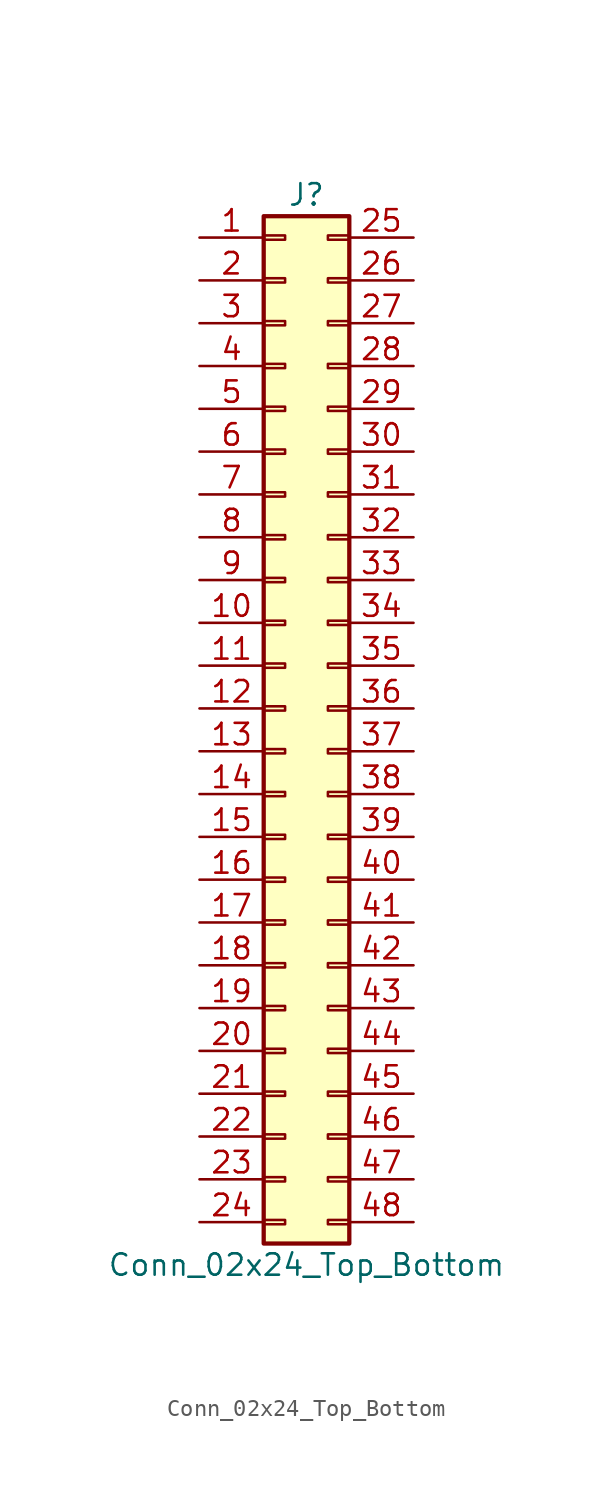
<source format=kicad_sym>
(kicad_symbol_lib
  (version 20201005)
  (generator kicad_symbol_editor)
  (symbol "Conn_02x24_Top_Bottom"
    (pin_names
      (offset 1.016) hide)
    (property "Reference" "J"
      (at 1.27 30.48 0)
      (effects (font (size 1.27 1.27))))
    (property "Value" "Conn_02x24_Top_Bottom"
      (at 1.27 -33.02 0)
      (effects (font (size 1.27 1.27))))
    (symbol "Conn_02x24_Top_Bottom_1_1"
      (rectangle (start -1.27 -30.353) (end 0 -30.607) (stroke (width 0.152)) (fill (type none)))
      (rectangle (start -1.27 -27.813) (end 0 -28.067) (stroke (width 0.152)) (fill (type none)))
      (rectangle (start -1.27 -25.273) (end 0 -25.527) (stroke (width 0.152)) (fill (type none)))
      (rectangle (start -1.27 -22.733) (end 0 -22.987) (stroke (width 0.152)) (fill (type none)))
      (rectangle (start -1.27 -20.193) (end 0 -20.447) (stroke (width 0.152)) (fill (type none)))
      (rectangle (start -1.27 -17.653) (end 0 -17.907) (stroke (width 0.152)) (fill (type none)))
      (rectangle (start -1.27 -15.113) (end 0 -15.367) (stroke (width 0.152)) (fill (type none)))
      (rectangle (start -1.27 -12.573) (end 0 -12.827) (stroke (width 0.152)) (fill (type none)))
      (rectangle (start -1.27 -10.033) (end 0 -10.287) (stroke (width 0.152)) (fill (type none)))
      (rectangle (start -1.27 -7.493) (end 0 -7.747) (stroke (width 0.152)) (fill (type none)))
      (rectangle (start -1.27 -4.953) (end 0 -5.207) (stroke (width 0.152)) (fill (type none)))
      (rectangle (start -1.27 -2.413) (end 0 -2.667) (stroke (width 0.152)) (fill (type none)))
      (rectangle (start -1.27 0.127) (end 0 -0.127) (stroke (width 0.152)) (fill (type none)))
      (rectangle (start -1.27 2.667) (end 0 2.413) (stroke (width 0.152)) (fill (type none)))
      (rectangle (start -1.27 5.207) (end 0 4.953) (stroke (width 0.152)) (fill (type none)))
      (rectangle (start -1.27 7.747) (end 0 7.493) (stroke (width 0.152)) (fill (type none)))
      (rectangle (start -1.27 10.287) (end 0 10.033) (stroke (width 0.152)) (fill (type none)))
      (rectangle (start -1.27 12.827) (end 0 12.573) (stroke (width 0.152)) (fill (type none)))
      (rectangle (start -1.27 15.367) (end 0 15.113) (stroke (width 0.152)) (fill (type none)))
      (rectangle (start -1.27 17.907) (end 0 17.653) (stroke (width 0.152)) (fill (type none)))
      (rectangle (start -1.27 20.447) (end 0 20.193) (stroke (width 0.152)) (fill (type none)))
      (rectangle (start -1.27 22.987) (end 0 22.733) (stroke (width 0.152)) (fill (type none)))
      (rectangle (start -1.27 25.527) (end 0 25.273) (stroke (width 0.152)) (fill (type none)))
      (rectangle (start -1.27 28.067) (end 0 27.813) (stroke (width 0.152)) (fill (type none)))
      (rectangle (start 3.81 -30.353) (end 2.54 -30.607) (stroke (width 0.152)) (fill (type none)))
      (rectangle (start 3.81 -27.813) (end 2.54 -28.067) (stroke (width 0.152)) (fill (type none)))
      (rectangle (start 3.81 -25.273) (end 2.54 -25.527) (stroke (width 0.152)) (fill (type none)))
      (rectangle (start 3.81 -22.733) (end 2.54 -22.987) (stroke (width 0.152)) (fill (type none)))
      (rectangle (start 3.81 -20.193) (end 2.54 -20.447) (stroke (width 0.152)) (fill (type none)))
      (rectangle (start 3.81 -17.653) (end 2.54 -17.907) (stroke (width 0.152)) (fill (type none)))
      (rectangle (start 3.81 -15.113) (end 2.54 -15.367) (stroke (width 0.152)) (fill (type none)))
      (rectangle (start 3.81 -12.573) (end 2.54 -12.827) (stroke (width 0.152)) (fill (type none)))
      (rectangle (start 3.81 -10.033) (end 2.54 -10.287) (stroke (width 0.152)) (fill (type none)))
      (rectangle (start 3.81 -7.493) (end 2.54 -7.747) (stroke (width 0.152)) (fill (type none)))
      (rectangle (start 3.81 -4.953) (end 2.54 -5.207) (stroke (width 0.152)) (fill (type none)))
      (rectangle (start 3.81 -2.413) (end 2.54 -2.667) (stroke (width 0.152)) (fill (type none)))
      (rectangle (start 3.81 0.127) (end 2.54 -0.127) (stroke (width 0.152)) (fill (type none)))
      (rectangle (start 3.81 2.667) (end 2.54 2.413) (stroke (width 0.152)) (fill (type none)))
      (rectangle (start 3.81 5.207) (end 2.54 4.953) (stroke (width 0.152)) (fill (type none)))
      (rectangle (start 3.81 7.747) (end 2.54 7.493) (stroke (width 0.152)) (fill (type none)))
      (rectangle (start 3.81 10.287) (end 2.54 10.033) (stroke (width 0.152)) (fill (type none)))
      (rectangle (start 3.81 12.827) (end 2.54 12.573) (stroke (width 0.152)) (fill (type none)))
      (rectangle (start 3.81 15.367) (end 2.54 15.113) (stroke (width 0.152)) (fill (type none)))
      (rectangle (start 3.81 17.907) (end 2.54 17.653) (stroke (width 0.152)) (fill (type none)))
      (rectangle (start 3.81 20.447) (end 2.54 20.193) (stroke (width 0.152)) (fill (type none)))
      (rectangle (start 3.81 22.987) (end 2.54 22.733) (stroke (width 0.152)) (fill (type none)))
      (rectangle (start 3.81 25.527) (end 2.54 25.273) (stroke (width 0.152)) (fill (type none)))
      (rectangle (start 3.81 28.067) (end 2.54 27.813) (stroke (width 0.152)) (fill (type none)))
      (rectangle (start -1.27 29.21) (end 3.81 -31.75) (stroke (width 0.254)) (fill (type background)))
      (pin passive line (at -5.08 27.94 0) (length 3.81) (name "Pin_1" (effects (font (size 1.27 1.27)))) (number "1" (effects (font (size 1.27 1.27)))))
      (pin passive line (at -5.08 5.08 0) (length 3.81) (name "Pin_10" (effects (font (size 1.27 1.27)))) (number "10" (effects (font (size 1.27 1.27)))))
      (pin passive line (at -5.08 2.54 0) (length 3.81) (name "Pin_11" (effects (font (size 1.27 1.27)))) (number "11" (effects (font (size 1.27 1.27)))))
      (pin passive line (at -5.08 0 0) (length 3.81) (name "Pin_12" (effects (font (size 1.27 1.27)))) (number "12" (effects (font (size 1.27 1.27)))))
      (pin passive line (at -5.08 -2.54 0) (length 3.81) (name "Pin_13" (effects (font (size 1.27 1.27)))) (number "13" (effects (font (size 1.27 1.27)))))
      (pin passive line (at -5.08 -5.08 0) (length 3.81) (name "Pin_14" (effects (font (size 1.27 1.27)))) (number "14" (effects (font (size 1.27 1.27)))))
      (pin passive line (at -5.08 -7.62 0) (length 3.81) (name "Pin_15" (effects (font (size 1.27 1.27)))) (number "15" (effects (font (size 1.27 1.27)))))
      (pin passive line (at -5.08 -10.16 0) (length 3.81) (name "Pin_16" (effects (font (size 1.27 1.27)))) (number "16" (effects (font (size 1.27 1.27)))))
      (pin passive line (at -5.08 -12.7 0) (length 3.81) (name "Pin_17" (effects (font (size 1.27 1.27)))) (number "17" (effects (font (size 1.27 1.27)))))
      (pin passive line (at -5.08 -15.24 0) (length 3.81) (name "Pin_18" (effects (font (size 1.27 1.27)))) (number "18" (effects (font (size 1.27 1.27)))))
      (pin passive line (at -5.08 -17.78 0) (length 3.81) (name "Pin_19" (effects (font (size 1.27 1.27)))) (number "19" (effects (font (size 1.27 1.27)))))
      (pin passive line (at -5.08 25.4 0) (length 3.81) (name "Pin_2" (effects (font (size 1.27 1.27)))) (number "2" (effects (font (size 1.27 1.27)))))
      (pin passive line (at -5.08 -20.32 0) (length 3.81) (name "Pin_20" (effects (font (size 1.27 1.27)))) (number "20" (effects (font (size 1.27 1.27)))))
      (pin passive line (at -5.08 -22.86 0) (length 3.81) (name "Pin_21" (effects (font (size 1.27 1.27)))) (number "21" (effects (font (size 1.27 1.27)))))
      (pin passive line (at -5.08 -25.4 0) (length 3.81) (name "Pin_22" (effects (font (size 1.27 1.27)))) (number "22" (effects (font (size 1.27 1.27)))))
      (pin passive line (at -5.08 -27.94 0) (length 3.81) (name "Pin_23" (effects (font (size 1.27 1.27)))) (number "23" (effects (font (size 1.27 1.27)))))
      (pin passive line (at -5.08 -30.48 0) (length 3.81) (name "Pin_24" (effects (font (size 1.27 1.27)))) (number "24" (effects (font (size 1.27 1.27)))))
      (pin passive line (at 7.62 27.94 180) (length 3.81) (name "Pin_25" (effects (font (size 1.27 1.27)))) (number "25" (effects (font (size 1.27 1.27)))))
      (pin passive line (at 7.62 25.4 180) (length 3.81) (name "Pin_26" (effects (font (size 1.27 1.27)))) (number "26" (effects (font (size 1.27 1.27)))))
      (pin passive line (at 7.62 22.86 180) (length 3.81) (name "Pin_27" (effects (font (size 1.27 1.27)))) (number "27" (effects (font (size 1.27 1.27)))))
      (pin passive line (at 7.62 20.32 180) (length 3.81) (name "Pin_28" (effects (font (size 1.27 1.27)))) (number "28" (effects (font (size 1.27 1.27)))))
      (pin passive line (at 7.62 17.78 180) (length 3.81) (name "Pin_29" (effects (font (size 1.27 1.27)))) (number "29" (effects (font (size 1.27 1.27)))))
      (pin passive line (at -5.08 22.86 0) (length 3.81) (name "Pin_3" (effects (font (size 1.27 1.27)))) (number "3" (effects (font (size 1.27 1.27)))))
      (pin passive line (at 7.62 15.24 180) (length 3.81) (name "Pin_30" (effects (font (size 1.27 1.27)))) (number "30" (effects (font (size 1.27 1.27)))))
      (pin passive line (at 7.62 12.7 180) (length 3.81) (name "Pin_31" (effects (font (size 1.27 1.27)))) (number "31" (effects (font (size 1.27 1.27)))))
      (pin passive line (at 7.62 10.16 180) (length 3.81) (name "Pin_32" (effects (font (size 1.27 1.27)))) (number "32" (effects (font (size 1.27 1.27)))))
      (pin passive line (at 7.62 7.62 180) (length 3.81) (name "Pin_33" (effects (font (size 1.27 1.27)))) (number "33" (effects (font (size 1.27 1.27)))))
      (pin passive line (at 7.62 5.08 180) (length 3.81) (name "Pin_34" (effects (font (size 1.27 1.27)))) (number "34" (effects (font (size 1.27 1.27)))))
      (pin passive line (at 7.62 2.54 180) (length 3.81) (name "Pin_35" (effects (font (size 1.27 1.27)))) (number "35" (effects (font (size 1.27 1.27)))))
      (pin passive line (at 7.62 0 180) (length 3.81) (name "Pin_36" (effects (font (size 1.27 1.27)))) (number "36" (effects (font (size 1.27 1.27)))))
      (pin passive line (at 7.62 -2.54 180) (length 3.81) (name "Pin_37" (effects (font (size 1.27 1.27)))) (number "37" (effects (font (size 1.27 1.27)))))
      (pin passive line (at 7.62 -5.08 180) (length 3.81) (name "Pin_38" (effects (font (size 1.27 1.27)))) (number "38" (effects (font (size 1.27 1.27)))))
      (pin passive line (at 7.62 -7.62 180) (length 3.81) (name "Pin_39" (effects (font (size 1.27 1.27)))) (number "39" (effects (font (size 1.27 1.27)))))
      (pin passive line (at -5.08 20.32 0) (length 3.81) (name "Pin_4" (effects (font (size 1.27 1.27)))) (number "4" (effects (font (size 1.27 1.27)))))
      (pin passive line (at 7.62 -10.16 180) (length 3.81) (name "Pin_40" (effects (font (size 1.27 1.27)))) (number "40" (effects (font (size 1.27 1.27)))))
      (pin passive line (at 7.62 -12.7 180) (length 3.81) (name "Pin_41" (effects (font (size 1.27 1.27)))) (number "41" (effects (font (size 1.27 1.27)))))
      (pin passive line (at 7.62 -15.24 180) (length 3.81) (name "Pin_42" (effects (font (size 1.27 1.27)))) (number "42" (effects (font (size 1.27 1.27)))))
      (pin passive line (at 7.62 -17.78 180) (length 3.81) (name "Pin_43" (effects (font (size 1.27 1.27)))) (number "43" (effects (font (size 1.27 1.27)))))
      (pin passive line (at 7.62 -20.32 180) (length 3.81) (name "Pin_44" (effects (font (size 1.27 1.27)))) (number "44" (effects (font (size 1.27 1.27)))))
      (pin passive line (at 7.62 -22.86 180) (length 3.81) (name "Pin_45" (effects (font (size 1.27 1.27)))) (number "45" (effects (font (size 1.27 1.27)))))
      (pin passive line (at 7.62 -25.4 180) (length 3.81) (name "Pin_46" (effects (font (size 1.27 1.27)))) (number "46" (effects (font (size 1.27 1.27)))))
      (pin passive line (at 7.62 -27.94 180) (length 3.81) (name "Pin_47" (effects (font (size 1.27 1.27)))) (number "47" (effects (font (size 1.27 1.27)))))
      (pin passive line (at 7.62 -30.48 180) (length 3.81) (name "Pin_48" (effects (font (size 1.27 1.27)))) (number "48" (effects (font (size 1.27 1.27)))))
      (pin passive line (at -5.08 17.78 0) (length 3.81) (name "Pin_5" (effects (font (size 1.27 1.27)))) (number "5" (effects (font (size 1.27 1.27)))))
      (pin passive line (at -5.08 15.24 0) (length 3.81) (name "Pin_6" (effects (font (size 1.27 1.27)))) (number "6" (effects (font (size 1.27 1.27)))))
      (pin passive line (at -5.08 12.7 0) (length 3.81) (name "Pin_7" (effects (font (size 1.27 1.27)))) (number "7" (effects (font (size 1.27 1.27)))))
      (pin passive line (at -5.08 10.16 0) (length 3.81) (name "Pin_8" (effects (font (size 1.27 1.27)))) (number "8" (effects (font (size 1.27 1.27)))))
      (pin passive line (at -5.08 7.62 0) (length 3.81) (name "Pin_9" (effects (font (size 1.27 1.27)))) (number "9" (effects (font (size 1.27 1.27))))))))
</source>
